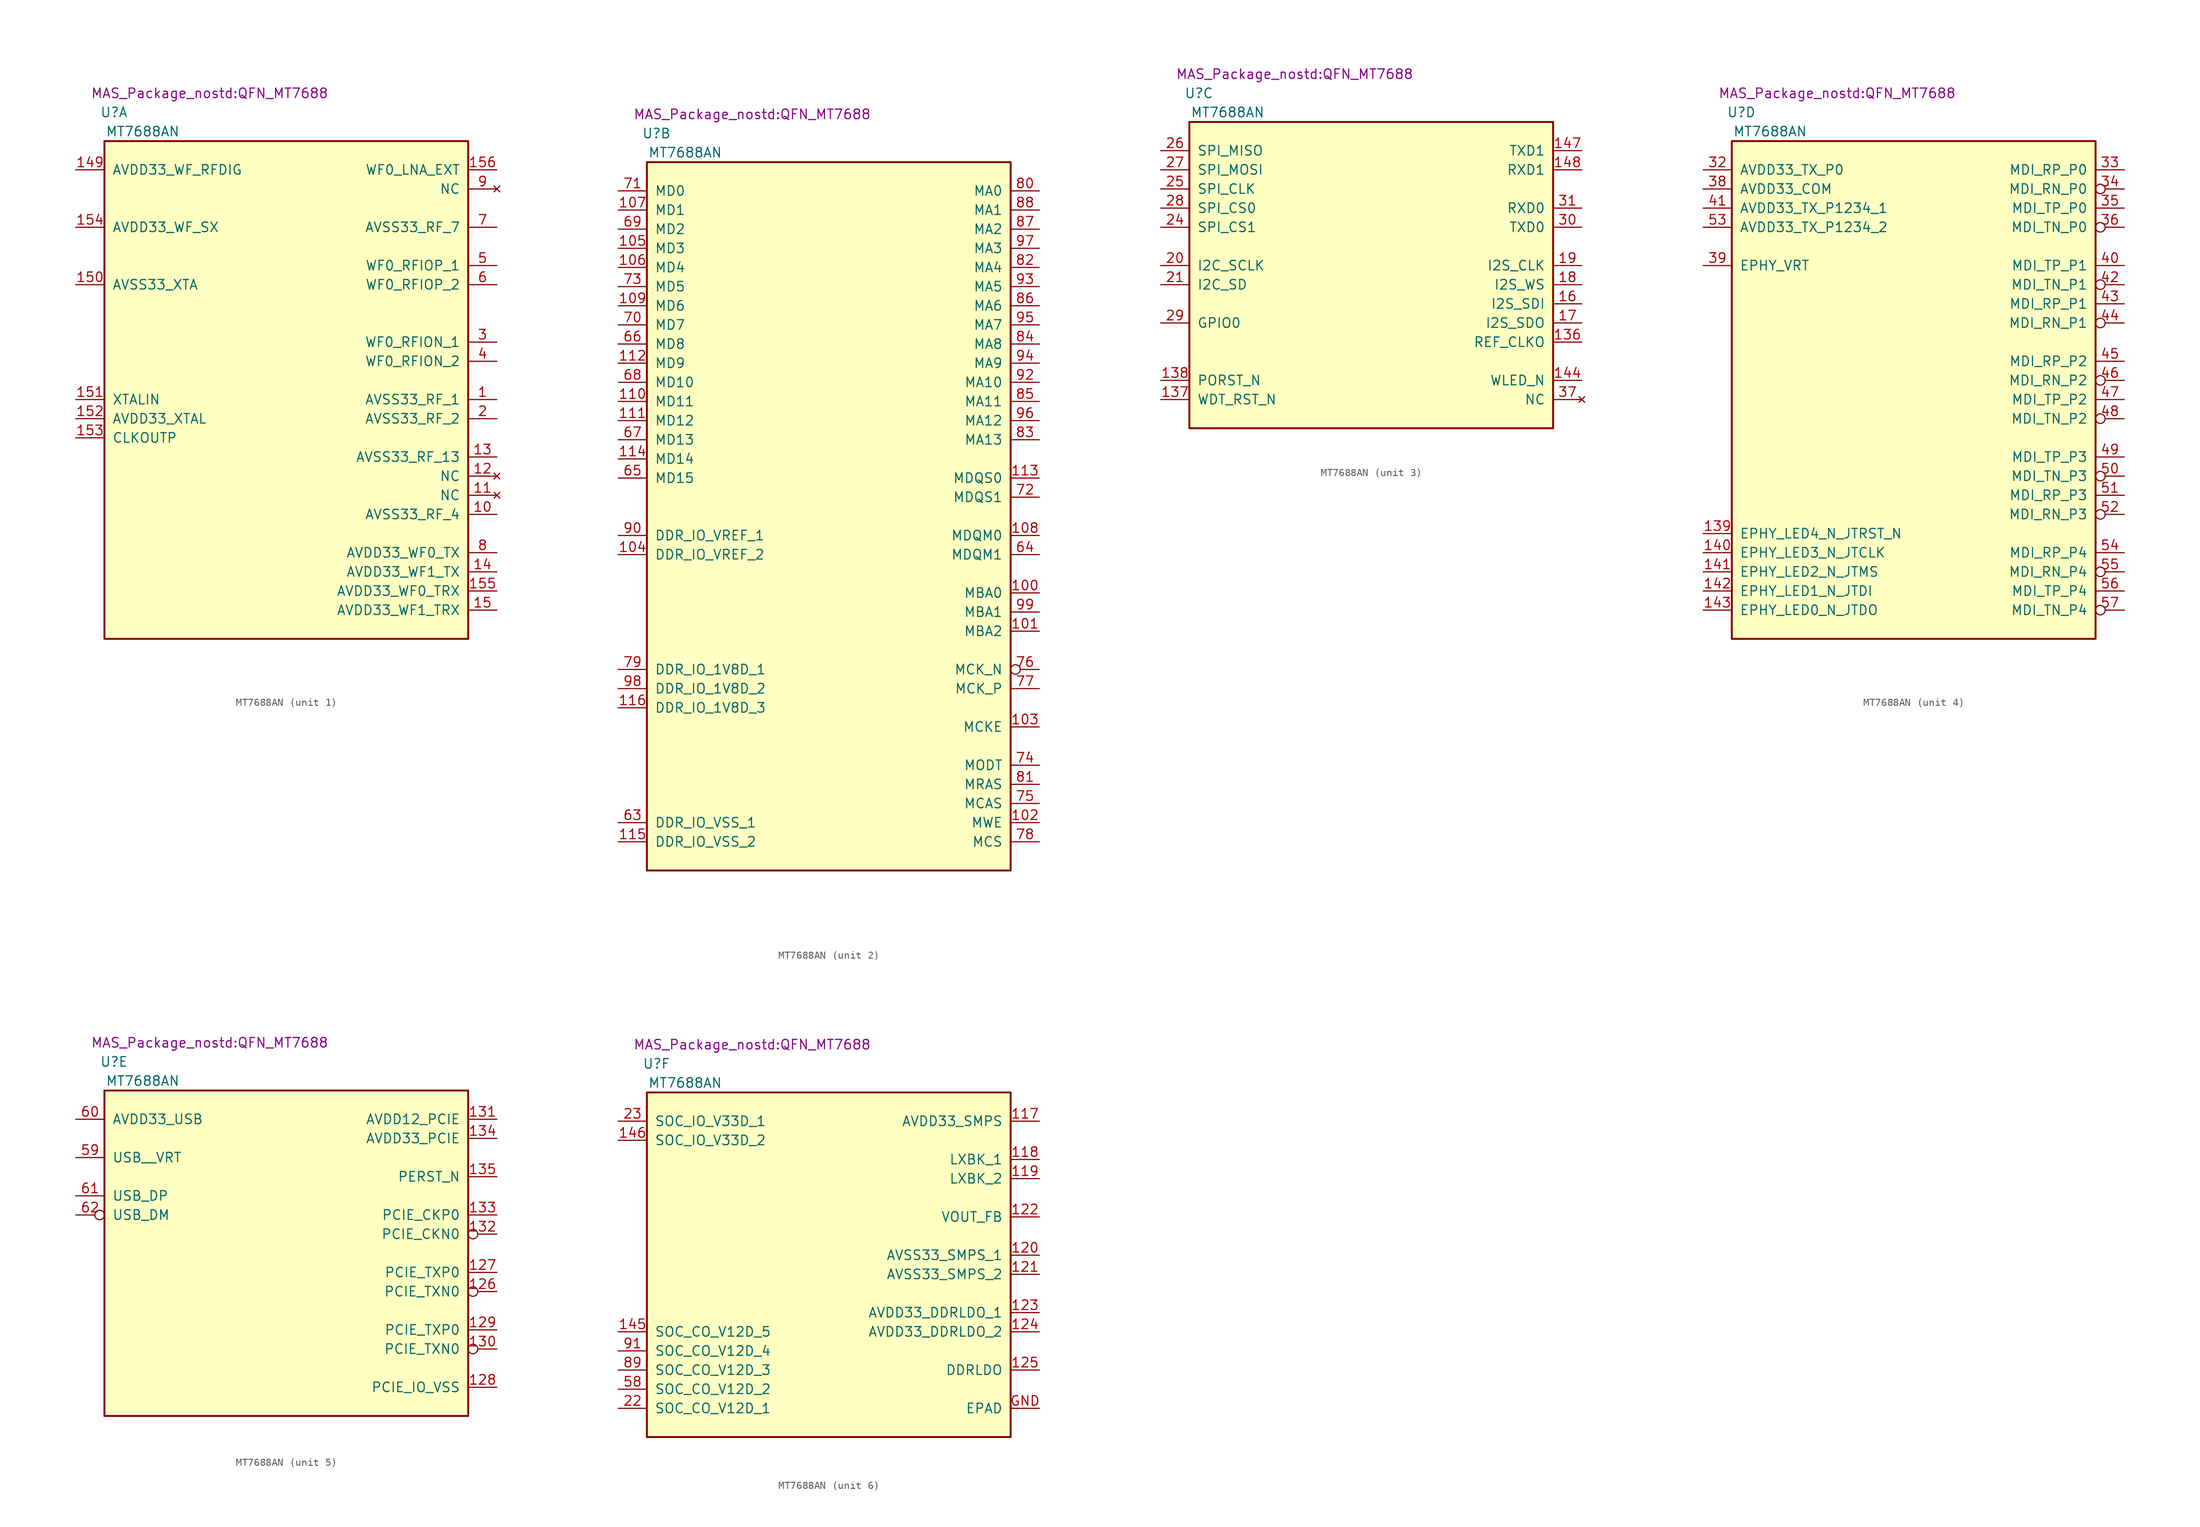
<source format=kicad_sym>
(kicad_symbol_lib
  (version 20231120)
  (generator "kicad_symbol_editor")
  (generator_version "8.0")
  (symbol "MT7688AN"
    (pin_names
      (offset 1.016))
    (property "Reference" "U"
      (at -22.86 36.83 0)
      (effects (font (size 1.27 1.27))))
    (property "Value" "MT7688AN"
      (at -19.05 34.29 0)
      (effects (font (size 1.27 1.27))))
    (property "Footprint" "MAS_Package_nostd:QFN_MT7688"
      (at -10.16 39.37 0)
      (effects (font (size 1.27 1.27))))
    (property "ki_locked" ""
      (at 0 0 0)
      (effects (font (size 1.27 1.27))))
    (symbol "MT7688AN_1_1"
      (rectangle (start 24.13 -33.02) (end -24.13 33.02) (stroke (width 0.254) (type default)) (fill (type background)))
      (pin power_in line (at 27.94 -1.27 180) (length 3.81) (name "AVSS33_RF_1" (effects (font (size 1.27 1.27)))) (number "1" (effects (font (size 1.27 1.27)))))
      (pin power_in line (at 27.94 -16.51 180) (length 3.81) (name "AVSS33_RF_4" (effects (font (size 1.27 1.27)))) (number "10" (effects (font (size 1.27 1.27)))))
      (pin no_connect line (at 27.94 -13.97 180) (length 3.81) (name "NC" (effects (font (size 1.27 1.27)))) (number "11" (effects (font (size 1.27 1.27)))))
      (pin no_connect line (at 27.94 -11.43 180) (length 3.81) (name "NC" (effects (font (size 1.27 1.27)))) (number "12" (effects (font (size 1.27 1.27)))))
      (pin power_in line (at 27.94 -8.89 180) (length 3.81) (name "AVSS33_RF_13" (effects (font (size 1.27 1.27)))) (number "13" (effects (font (size 1.27 1.27)))))
      (pin power_in line (at 27.94 -24.13 180) (length 3.81) (name "AVDD33_WF1_TX" (effects (font (size 1.27 1.27)))) (number "14" (effects (font (size 1.27 1.27)))))
      (pin power_in line (at -27.94 29.21 0) (length 3.81) (name "AVDD33_WF_RFDIG" (effects (font (size 1.27 1.27)))) (number "149" (effects (font (size 1.27 1.27)))))
      (pin power_in line (at 27.94 -29.21 180) (length 3.81) (name "AVDD33_WF1_TRX" (effects (font (size 1.27 1.27)))) (number "15" (effects (font (size 1.27 1.27)))))
      (pin power_in line (at -27.94 13.97 0) (length 3.81) (name "AVSS33_XTA" (effects (font (size 1.27 1.27)))) (number "150" (effects (font (size 1.27 1.27)))))
      (pin input line (at -27.94 -1.27 0) (length 3.81) (name "XTALIN" (effects (font (size 1.27 1.27)))) (number "151" (effects (font (size 1.27 1.27)))))
      (pin power_in line (at -27.94 -3.81 0) (length 3.81) (name "AVDD33_XTAL" (effects (font (size 1.27 1.27)))) (number "152" (effects (font (size 1.27 1.27)))))
      (pin output line (at -27.94 -6.35 0) (length 3.81) (name "CLKOUTP" (effects (font (size 1.27 1.27)))) (number "153" (effects (font (size 1.27 1.27)))))
      (pin power_in line (at -27.94 21.59 0) (length 3.81) (name "AVDD33_WF_SX" (effects (font (size 1.27 1.27)))) (number "154" (effects (font (size 1.27 1.27)))))
      (pin power_in line (at 27.94 -26.67 180) (length 3.81) (name "AVDD33_WF0_TRX" (effects (font (size 1.27 1.27)))) (number "155" (effects (font (size 1.27 1.27)))))
      (pin passive line (at 27.94 29.21 180) (length 3.81) (name "WF0_LNA_EXT" (effects (font (size 1.27 1.27)))) (number "156" (effects (font (size 1.27 1.27)))))
      (pin power_in line (at 27.94 -3.81 180) (length 3.81) (name "AVSS33_RF_2" (effects (font (size 1.27 1.27)))) (number "2" (effects (font (size 1.27 1.27)))))
      (pin passive line (at 27.94 6.35 180) (length 3.81) (name "WF0_RFION_1" (effects (font (size 1.27 1.27)))) (number "3" (effects (font (size 1.27 1.27)))))
      (pin passive line (at 27.94 3.81 180) (length 3.81) (name "WF0_RFION_2" (effects (font (size 1.27 1.27)))) (number "4" (effects (font (size 1.27 1.27)))))
      (pin passive line (at 27.94 16.51 180) (length 3.81) (name "WF0_RFIOP_1" (effects (font (size 1.27 1.27)))) (number "5" (effects (font (size 1.27 1.27)))))
      (pin passive line (at 27.94 13.97 180) (length 3.81) (name "WF0_RFIOP_2" (effects (font (size 1.27 1.27)))) (number "6" (effects (font (size 1.27 1.27)))))
      (pin power_in line (at 27.94 21.59 180) (length 3.81) (name "AVSS33_RF_7" (effects (font (size 1.27 1.27)))) (number "7" (effects (font (size 1.27 1.27)))))
      (pin power_in line (at 27.94 -21.59 180) (length 3.81) (name "AVDD33_WF0_TX" (effects (font (size 1.27 1.27)))) (number "8" (effects (font (size 1.27 1.27)))))
      (pin no_connect line (at 27.94 26.67 180) (length 3.81) (name "NC" (effects (font (size 1.27 1.27)))) (number "9" (effects (font (size 1.27 1.27))))))
    (symbol "MT7688AN_2_1"
      (rectangle (start 24.13 -60.96) (end -24.13 33.02) (stroke (width 0.254) (type default)) (fill (type background)))
      (pin output line (at 27.94 -24.13 180) (length 3.81) (name "MBA0" (effects (font (size 1.27 1.27)))) (number "100" (effects (font (size 1.27 1.27)))))
      (pin output line (at 27.94 -29.21 180) (length 3.81) (name "MBA2" (effects (font (size 1.27 1.27)))) (number "101" (effects (font (size 1.27 1.27)))))
      (pin output line (at 27.94 -54.61 180) (length 3.81) (name "MWE" (effects (font (size 1.27 1.27)))) (number "102" (effects (font (size 1.27 1.27)))))
      (pin output line (at 27.94 -41.91 180) (length 3.81) (name "MCKE" (effects (font (size 1.27 1.27)))) (number "103" (effects (font (size 1.27 1.27)))))
      (pin passive line (at -27.94 -19.05 0) (length 3.81) (name "DDR_IO_VREF_2" (effects (font (size 1.27 1.27)))) (number "104" (effects (font (size 1.27 1.27)))))
      (pin bidirectional line (at -27.94 21.59 0) (length 3.81) (name "MD3" (effects (font (size 1.27 1.27)))) (number "105" (effects (font (size 1.27 1.27)))))
      (pin bidirectional line (at -27.94 19.05 0) (length 3.81) (name "MD4" (effects (font (size 1.27 1.27)))) (number "106" (effects (font (size 1.27 1.27)))))
      (pin bidirectional line (at -27.94 26.67 0) (length 3.81) (name "MD1" (effects (font (size 1.27 1.27)))) (number "107" (effects (font (size 1.27 1.27)))))
      (pin output line (at 27.94 -16.51 180) (length 3.81) (name "MDQM0" (effects (font (size 1.27 1.27)))) (number "108" (effects (font (size 1.27 1.27)))))
      (pin bidirectional line (at -27.94 13.97 0) (length 3.81) (name "MD6" (effects (font (size 1.27 1.27)))) (number "109" (effects (font (size 1.27 1.27)))))
      (pin bidirectional line (at -27.94 1.27 0) (length 3.81) (name "MD11" (effects (font (size 1.27 1.27)))) (number "110" (effects (font (size 1.27 1.27)))))
      (pin bidirectional line (at -27.94 -1.27 0) (length 3.81) (name "MD12" (effects (font (size 1.27 1.27)))) (number "111" (effects (font (size 1.27 1.27)))))
      (pin bidirectional line (at -27.94 6.35 0) (length 3.81) (name "MD9" (effects (font (size 1.27 1.27)))) (number "112" (effects (font (size 1.27 1.27)))))
      (pin bidirectional line (at 27.94 -8.89 180) (length 3.81) (name "MDQS0" (effects (font (size 1.27 1.27)))) (number "113" (effects (font (size 1.27 1.27)))))
      (pin bidirectional line (at -27.94 -6.35 0) (length 3.81) (name "MD14" (effects (font (size 1.27 1.27)))) (number "114" (effects (font (size 1.27 1.27)))))
      (pin power_in line (at -27.94 -57.15 0) (length 3.81) (name "DDR_IO_VSS_2" (effects (font (size 1.27 1.27)))) (number "115" (effects (font (size 1.27 1.27)))))
      (pin power_in line (at -27.94 -39.37 0) (length 3.81) (name "DDR_IO_1V8D_3" (effects (font (size 1.27 1.27)))) (number "116" (effects (font (size 1.27 1.27)))))
      (pin power_in line (at -27.94 -54.61 0) (length 3.81) (name "DDR_IO_VSS_1" (effects (font (size 1.27 1.27)))) (number "63" (effects (font (size 1.27 1.27)))))
      (pin output line (at 27.94 -19.05 180) (length 3.81) (name "MDQM1" (effects (font (size 1.27 1.27)))) (number "64" (effects (font (size 1.27 1.27)))))
      (pin bidirectional line (at -27.94 -8.89 0) (length 3.81) (name "MD15" (effects (font (size 1.27 1.27)))) (number "65" (effects (font (size 1.27 1.27)))))
      (pin bidirectional line (at -27.94 8.89 0) (length 3.81) (name "MD8" (effects (font (size 1.27 1.27)))) (number "66" (effects (font (size 1.27 1.27)))))
      (pin bidirectional line (at -27.94 -3.81 0) (length 3.81) (name "MD13" (effects (font (size 1.27 1.27)))) (number "67" (effects (font (size 1.27 1.27)))))
      (pin bidirectional line (at -27.94 3.81 0) (length 3.81) (name "MD10" (effects (font (size 1.27 1.27)))) (number "68" (effects (font (size 1.27 1.27)))))
      (pin bidirectional line (at -27.94 24.13 0) (length 3.81) (name "MD2" (effects (font (size 1.27 1.27)))) (number "69" (effects (font (size 1.27 1.27)))))
      (pin bidirectional line (at -27.94 11.43 0) (length 3.81) (name "MD7" (effects (font (size 1.27 1.27)))) (number "70" (effects (font (size 1.27 1.27)))))
      (pin bidirectional line (at -27.94 29.21 0) (length 3.81) (name "MD0" (effects (font (size 1.27 1.27)))) (number "71" (effects (font (size 1.27 1.27)))))
      (pin bidirectional line (at 27.94 -11.43 180) (length 3.81) (name "MDQS1" (effects (font (size 1.27 1.27)))) (number "72" (effects (font (size 1.27 1.27)))))
      (pin bidirectional line (at -27.94 16.51 0) (length 3.81) (name "MD5" (effects (font (size 1.27 1.27)))) (number "73" (effects (font (size 1.27 1.27)))))
      (pin output line (at 27.94 -46.99 180) (length 3.81) (name "MODT" (effects (font (size 1.27 1.27)))) (number "74" (effects (font (size 1.27 1.27)))))
      (pin output line (at 27.94 -52.07 180) (length 3.81) (name "MCAS" (effects (font (size 1.27 1.27)))) (number "75" (effects (font (size 1.27 1.27)))))
      (pin output inverted (at 27.94 -34.29 180) (length 3.81) (name "MCK_N" (effects (font (size 1.27 1.27)))) (number "76" (effects (font (size 1.27 1.27)))))
      (pin output line (at 27.94 -36.83 180) (length 3.81) (name "MCK_P" (effects (font (size 1.27 1.27)))) (number "77" (effects (font (size 1.27 1.27)))))
      (pin output line (at 27.94 -57.15 180) (length 3.81) (name "MCS" (effects (font (size 1.27 1.27)))) (number "78" (effects (font (size 1.27 1.27)))))
      (pin power_in line (at -27.94 -34.29 0) (length 3.81) (name "DDR_IO_1V8D_1" (effects (font (size 1.27 1.27)))) (number "79" (effects (font (size 1.27 1.27)))))
      (pin output line (at 27.94 29.21 180) (length 3.81) (name "MA0" (effects (font (size 1.27 1.27)))) (number "80" (effects (font (size 1.27 1.27)))))
      (pin output line (at 27.94 -49.53 180) (length 3.81) (name "MRAS" (effects (font (size 1.27 1.27)))) (number "81" (effects (font (size 1.27 1.27)))))
      (pin output line (at 27.94 19.05 180) (length 3.81) (name "MA4" (effects (font (size 1.27 1.27)))) (number "82" (effects (font (size 1.27 1.27)))))
      (pin output line (at 27.94 -3.81 180) (length 3.81) (name "MA13" (effects (font (size 1.27 1.27)))) (number "83" (effects (font (size 1.27 1.27)))))
      (pin output line (at 27.94 8.89 180) (length 3.81) (name "MA8" (effects (font (size 1.27 1.27)))) (number "84" (effects (font (size 1.27 1.27)))))
      (pin output line (at 27.94 1.27 180) (length 3.81) (name "MA11" (effects (font (size 1.27 1.27)))) (number "85" (effects (font (size 1.27 1.27)))))
      (pin output line (at 27.94 13.97 180) (length 3.81) (name "MA6" (effects (font (size 1.27 1.27)))) (number "86" (effects (font (size 1.27 1.27)))))
      (pin output line (at 27.94 24.13 180) (length 3.81) (name "MA2" (effects (font (size 1.27 1.27)))) (number "87" (effects (font (size 1.27 1.27)))))
      (pin output line (at 27.94 26.67 180) (length 3.81) (name "MA1" (effects (font (size 1.27 1.27)))) (number "88" (effects (font (size 1.27 1.27)))))
      (pin passive line (at -27.94 -16.51 0) (length 3.81) (name "DDR_IO_VREF_1" (effects (font (size 1.27 1.27)))) (number "90" (effects (font (size 1.27 1.27)))))
      (pin output line (at 27.94 3.81 180) (length 3.81) (name "MA10" (effects (font (size 1.27 1.27)))) (number "92" (effects (font (size 1.27 1.27)))))
      (pin output line (at 27.94 16.51 180) (length 3.81) (name "MA5" (effects (font (size 1.27 1.27)))) (number "93" (effects (font (size 1.27 1.27)))))
      (pin output line (at 27.94 6.35 180) (length 3.81) (name "MA9" (effects (font (size 1.27 1.27)))) (number "94" (effects (font (size 1.27 1.27)))))
      (pin output line (at 27.94 11.43 180) (length 3.81) (name "MA7" (effects (font (size 1.27 1.27)))) (number "95" (effects (font (size 1.27 1.27)))))
      (pin output line (at 27.94 -1.27 180) (length 3.81) (name "MA12" (effects (font (size 1.27 1.27)))) (number "96" (effects (font (size 1.27 1.27)))))
      (pin output line (at 27.94 21.59 180) (length 3.81) (name "MA3" (effects (font (size 1.27 1.27)))) (number "97" (effects (font (size 1.27 1.27)))))
      (pin power_in line (at -27.94 -36.83 0) (length 3.81) (name "DDR_IO_1V8D_2" (effects (font (size 1.27 1.27)))) (number "98" (effects (font (size 1.27 1.27)))))
      (pin output line (at 27.94 -26.67 180) (length 3.81) (name "MBA1" (effects (font (size 1.27 1.27)))) (number "99" (effects (font (size 1.27 1.27))))))
    (symbol "MT7688AN_3_1"
      (rectangle (start 24.13 -7.62) (end -24.13 33.02) (stroke (width 0.254) (type default)) (fill (type background)))
      (pin output line (at 27.94 3.81 180) (length 3.81) (name "REF_CLKO" (effects (font (size 1.27 1.27)))) (number "136" (effects (font (size 1.27 1.27)))))
      (pin output line (at -27.94 -3.81 0) (length 3.81) (name "WDT_RST_N" (effects (font (size 1.27 1.27)))) (number "137" (effects (font (size 1.27 1.27)))))
      (pin input line (at -27.94 -1.27 0) (length 3.81) (name "PORST_N" (effects (font (size 1.27 1.27)))) (number "138" (effects (font (size 1.27 1.27)))))
      (pin output line (at 27.94 -1.27 180) (length 3.81) (name "WLED_N" (effects (font (size 1.27 1.27)))) (number "144" (effects (font (size 1.27 1.27)))))
      (pin output line (at 27.94 29.21 180) (length 3.81) (name "TXD1" (effects (font (size 1.27 1.27)))) (number "147" (effects (font (size 1.27 1.27)))))
      (pin input line (at 27.94 26.67 180) (length 3.81) (name "RXD1" (effects (font (size 1.27 1.27)))) (number "148" (effects (font (size 1.27 1.27)))))
      (pin output line (at 27.94 8.89 180) (length 3.81) (name "I2S_SDI" (effects (font (size 1.27 1.27)))) (number "16" (effects (font (size 1.27 1.27)))))
      (pin bidirectional line (at 27.94 6.35 180) (length 3.81) (name "I2S_SDO" (effects (font (size 1.27 1.27)))) (number "17" (effects (font (size 1.27 1.27)))))
      (pin output line (at 27.94 11.43 180) (length 3.81) (name "I2S_WS" (effects (font (size 1.27 1.27)))) (number "18" (effects (font (size 1.27 1.27)))))
      (pin bidirectional line (at 27.94 13.97 180) (length 3.81) (name "I2S_CLK" (effects (font (size 1.27 1.27)))) (number "19" (effects (font (size 1.27 1.27)))))
      (pin bidirectional line (at -27.94 13.97 0) (length 3.81) (name "I2C_SCLK" (effects (font (size 1.27 1.27)))) (number "20" (effects (font (size 1.27 1.27)))))
      (pin bidirectional line (at -27.94 11.43 0) (length 3.81) (name "I2C_SD" (effects (font (size 1.27 1.27)))) (number "21" (effects (font (size 1.27 1.27)))))
      (pin output line (at -27.94 19.05 0) (length 3.81) (name "SPI_CS1" (effects (font (size 1.27 1.27)))) (number "24" (effects (font (size 1.27 1.27)))))
      (pin output line (at -27.94 24.13 0) (length 3.81) (name "SPI_CLK" (effects (font (size 1.27 1.27)))) (number "25" (effects (font (size 1.27 1.27)))))
      (pin bidirectional line (at -27.94 29.21 0) (length 3.81) (name "SPI_MISO" (effects (font (size 1.27 1.27)))) (number "26" (effects (font (size 1.27 1.27)))))
      (pin bidirectional line (at -27.94 26.67 0) (length 3.81) (name "SPI_MOSI" (effects (font (size 1.27 1.27)))) (number "27" (effects (font (size 1.27 1.27)))))
      (pin output line (at -27.94 21.59 0) (length 3.81) (name "SPI_CS0" (effects (font (size 1.27 1.27)))) (number "28" (effects (font (size 1.27 1.27)))))
      (pin bidirectional line (at -27.94 6.35 0) (length 3.81) (name "GPIO0" (effects (font (size 1.27 1.27)))) (number "29" (effects (font (size 1.27 1.27)))))
      (pin output line (at 27.94 19.05 180) (length 3.81) (name "TXD0" (effects (font (size 1.27 1.27)))) (number "30" (effects (font (size 1.27 1.27)))))
      (pin input line (at 27.94 21.59 180) (length 3.81) (name "RXD0" (effects (font (size 1.27 1.27)))) (number "31" (effects (font (size 1.27 1.27)))))
      (pin no_connect line (at 27.94 -3.81 180) (length 3.81) (name "NC" (effects (font (size 1.27 1.27)))) (number "37" (effects (font (size 1.27 1.27))))))
    (symbol "MT7688AN_4_1"
      (rectangle (start 24.13 -33.02) (end -24.13 33.02) (stroke (width 0.254) (type default)) (fill (type background)))
      (pin bidirectional line (at -27.94 -19.05 0) (length 3.81) (name "EPHY_LED4_N_JTRST_N" (effects (font (size 1.27 1.27)))) (number "139" (effects (font (size 1.27 1.27)))))
      (pin bidirectional line (at -27.94 -21.59 0) (length 3.81) (name "EPHY_LED3_N_JTCLK" (effects (font (size 1.27 1.27)))) (number "140" (effects (font (size 1.27 1.27)))))
      (pin bidirectional line (at -27.94 -24.13 0) (length 3.81) (name "EPHY_LED2_N_JTMS" (effects (font (size 1.27 1.27)))) (number "141" (effects (font (size 1.27 1.27)))))
      (pin bidirectional line (at -27.94 -26.67 0) (length 3.81) (name "EPHY_LED1_N_JTDI" (effects (font (size 1.27 1.27)))) (number "142" (effects (font (size 1.27 1.27)))))
      (pin bidirectional line (at -27.94 -29.21 0) (length 3.81) (name "EPHY_LED0_N_JTDO" (effects (font (size 1.27 1.27)))) (number "143" (effects (font (size 1.27 1.27)))))
      (pin power_in line (at -27.94 29.21 0) (length 3.81) (name "AVDD33_TX_P0" (effects (font (size 1.27 1.27)))) (number "32" (effects (font (size 1.27 1.27)))))
      (pin passive line (at 27.94 29.21 180) (length 3.81) (name "MDI_RP_P0" (effects (font (size 1.27 1.27)))) (number "33" (effects (font (size 1.27 1.27)))))
      (pin passive inverted (at 27.94 26.67 180) (length 3.81) (name "MDI_RN_P0" (effects (font (size 1.27 1.27)))) (number "34" (effects (font (size 1.27 1.27)))))
      (pin passive line (at 27.94 24.13 180) (length 3.81) (name "MDI_TP_P0" (effects (font (size 1.27 1.27)))) (number "35" (effects (font (size 1.27 1.27)))))
      (pin passive inverted (at 27.94 21.59 180) (length 3.81) (name "MDI_TN_P0" (effects (font (size 1.27 1.27)))) (number "36" (effects (font (size 1.27 1.27)))))
      (pin power_in line (at -27.94 26.67 0) (length 3.81) (name "AVDD33_COM" (effects (font (size 1.27 1.27)))) (number "38" (effects (font (size 1.27 1.27)))))
      (pin passive line (at -27.94 16.51 0) (length 3.81) (name "EPHY_VRT" (effects (font (size 1.27 1.27)))) (number "39" (effects (font (size 1.27 1.27)))))
      (pin passive line (at 27.94 16.51 180) (length 3.81) (name "MDI_TP_P1" (effects (font (size 1.27 1.27)))) (number "40" (effects (font (size 1.27 1.27)))))
      (pin power_in line (at -27.94 24.13 0) (length 3.81) (name "AVDD33_TX_P1234_1" (effects (font (size 1.27 1.27)))) (number "41" (effects (font (size 1.27 1.27)))))
      (pin passive inverted (at 27.94 13.97 180) (length 3.81) (name "MDI_TN_P1" (effects (font (size 1.27 1.27)))) (number "42" (effects (font (size 1.27 1.27)))))
      (pin passive line (at 27.94 11.43 180) (length 3.81) (name "MDI_RP_P1" (effects (font (size 1.27 1.27)))) (number "43" (effects (font (size 1.27 1.27)))))
      (pin passive inverted (at 27.94 8.89 180) (length 3.81) (name "MDI_RN_P1" (effects (font (size 1.27 1.27)))) (number "44" (effects (font (size 1.27 1.27)))))
      (pin passive line (at 27.94 3.81 180) (length 3.81) (name "MDI_RP_P2" (effects (font (size 1.27 1.27)))) (number "45" (effects (font (size 1.27 1.27)))))
      (pin passive inverted (at 27.94 1.27 180) (length 3.81) (name "MDI_RN_P2" (effects (font (size 1.27 1.27)))) (number "46" (effects (font (size 1.27 1.27)))))
      (pin passive line (at 27.94 -1.27 180) (length 3.81) (name "MDI_TP_P2" (effects (font (size 1.27 1.27)))) (number "47" (effects (font (size 1.27 1.27)))))
      (pin passive inverted (at 27.94 -3.81 180) (length 3.81) (name "MDI_TN_P2" (effects (font (size 1.27 1.27)))) (number "48" (effects (font (size 1.27 1.27)))))
      (pin passive line (at 27.94 -8.89 180) (length 3.81) (name "MDI_TP_P3" (effects (font (size 1.27 1.27)))) (number "49" (effects (font (size 1.27 1.27)))))
      (pin passive inverted (at 27.94 -11.43 180) (length 3.81) (name "MDI_TN_P3" (effects (font (size 1.27 1.27)))) (number "50" (effects (font (size 1.27 1.27)))))
      (pin passive line (at 27.94 -13.97 180) (length 3.81) (name "MDI_RP_P3" (effects (font (size 1.27 1.27)))) (number "51" (effects (font (size 1.27 1.27)))))
      (pin passive inverted (at 27.94 -16.51 180) (length 3.81) (name "MDI_RN_P3" (effects (font (size 1.27 1.27)))) (number "52" (effects (font (size 1.27 1.27)))))
      (pin power_in line (at -27.94 21.59 0) (length 3.81) (name "AVDD33_TX_P1234_2" (effects (font (size 1.27 1.27)))) (number "53" (effects (font (size 1.27 1.27)))))
      (pin passive line (at 27.94 -21.59 180) (length 3.81) (name "MDI_RP_P4" (effects (font (size 1.27 1.27)))) (number "54" (effects (font (size 1.27 1.27)))))
      (pin passive inverted (at 27.94 -24.13 180) (length 3.81) (name "MDI_RN_P4" (effects (font (size 1.27 1.27)))) (number "55" (effects (font (size 1.27 1.27)))))
      (pin passive line (at 27.94 -26.67 180) (length 3.81) (name "MDI_TP_P4" (effects (font (size 1.27 1.27)))) (number "56" (effects (font (size 1.27 1.27)))))
      (pin passive inverted (at 27.94 -29.21 180) (length 3.81) (name "MDI_TN_P4" (effects (font (size 1.27 1.27)))) (number "57" (effects (font (size 1.27 1.27))))))
    (symbol "MT7688AN_5_1"
      (rectangle (start 24.13 -10.16) (end -24.13 33.02) (stroke (width 0.254) (type default)) (fill (type background)))
      (pin bidirectional inverted (at 27.94 6.35 180) (length 3.81) (name "PCIE_TXN0" (effects (font (size 1.27 1.27)))) (number "126" (effects (font (size 1.27 1.27)))))
      (pin bidirectional line (at 27.94 8.89 180) (length 3.81) (name "PCIE_TXP0" (effects (font (size 1.27 1.27)))) (number "127" (effects (font (size 1.27 1.27)))))
      (pin power_in line (at 27.94 -6.35 180) (length 3.81) (name "PCIE_IO_VSS" (effects (font (size 1.27 1.27)))) (number "128" (effects (font (size 1.27 1.27)))))
      (pin bidirectional line (at 27.94 1.27 180) (length 3.81) (name "PCIE_TXP0" (effects (font (size 1.27 1.27)))) (number "129" (effects (font (size 1.27 1.27)))))
      (pin bidirectional inverted (at 27.94 -1.27 180) (length 3.81) (name "PCIE_TXN0" (effects (font (size 1.27 1.27)))) (number "130" (effects (font (size 1.27 1.27)))))
      (pin unspecified line (at 27.94 29.21 180) (length 3.81) (name "AVDD12_PCIE" (effects (font (size 1.27 1.27)))) (number "131" (effects (font (size 1.27 1.27)))))
      (pin bidirectional inverted (at 27.94 13.97 180) (length 3.81) (name "PCIE_CKN0" (effects (font (size 1.27 1.27)))) (number "132" (effects (font (size 1.27 1.27)))))
      (pin bidirectional line (at 27.94 16.51 180) (length 3.81) (name "PCIE_CKP0" (effects (font (size 1.27 1.27)))) (number "133" (effects (font (size 1.27 1.27)))))
      (pin power_in line (at 27.94 26.67 180) (length 3.81) (name "AVDD33_PCIE" (effects (font (size 1.27 1.27)))) (number "134" (effects (font (size 1.27 1.27)))))
      (pin output line (at 27.94 21.59 180) (length 3.81) (name "PERST_N" (effects (font (size 1.27 1.27)))) (number "135" (effects (font (size 1.27 1.27)))))
      (pin bidirectional line (at -27.94 24.13 0) (length 3.81) (name "USB__VRT" (effects (font (size 1.27 1.27)))) (number "59" (effects (font (size 1.27 1.27)))))
      (pin power_in line (at -27.94 29.21 0) (length 3.81) (name "AVDD33_USB" (effects (font (size 1.27 1.27)))) (number "60" (effects (font (size 1.27 1.27)))))
      (pin bidirectional line (at -27.94 19.05 0) (length 3.81) (name "USB_DP" (effects (font (size 1.27 1.27)))) (number "61" (effects (font (size 1.27 1.27)))))
      (pin bidirectional inverted (at -27.94 16.51 0) (length 3.81) (name "USB_DM" (effects (font (size 1.27 1.27)))) (number "62" (effects (font (size 1.27 1.27))))))
    (symbol "MT7688AN_6_1"
      (rectangle (start 24.13 -12.7) (end -24.13 33.02) (stroke (width 0.254) (type default)) (fill (type background)))
      (pin power_in line (at 27.94 29.21 180) (length 3.81) (name "AVDD33_SMPS" (effects (font (size 1.27 1.27)))) (number "117" (effects (font (size 1.27 1.27)))))
      (pin output line (at 27.94 24.13 180) (length 3.81) (name "LXBK_1" (effects (font (size 1.27 1.27)))) (number "118" (effects (font (size 1.27 1.27)))))
      (pin output line (at 27.94 21.59 180) (length 3.81) (name "LXBK_2" (effects (font (size 1.27 1.27)))) (number "119" (effects (font (size 1.27 1.27)))))
      (pin power_in line (at 27.94 11.43 180) (length 3.81) (name "AVSS33_SMPS_1" (effects (font (size 1.27 1.27)))) (number "120" (effects (font (size 1.27 1.27)))))
      (pin power_in line (at 27.94 8.89 180) (length 3.81) (name "AVSS33_SMPS_2" (effects (font (size 1.27 1.27)))) (number "121" (effects (font (size 1.27 1.27)))))
      (pin passive line (at 27.94 16.51 180) (length 3.81) (name "VOUT_FB" (effects (font (size 1.27 1.27)))) (number "122" (effects (font (size 1.27 1.27)))))
      (pin power_in line (at 27.94 3.81 180) (length 3.81) (name "AVDD33_DDRLDO_1" (effects (font (size 1.27 1.27)))) (number "123" (effects (font (size 1.27 1.27)))))
      (pin power_in line (at 27.94 1.27 180) (length 3.81) (name "AVDD33_DDRLDO_2" (effects (font (size 1.27 1.27)))) (number "124" (effects (font (size 1.27 1.27)))))
      (pin output line (at 27.94 -3.81 180) (length 3.81) (name "DDRLDO" (effects (font (size 1.27 1.27)))) (number "125" (effects (font (size 1.27 1.27)))))
      (pin power_in line (at -27.94 1.27 0) (length 3.81) (name "SOC_CO_V12D_5" (effects (font (size 1.27 1.27)))) (number "145" (effects (font (size 1.27 1.27)))))
      (pin power_in line (at -27.94 26.67 0) (length 3.81) (name "SOC_IO_V33D_2" (effects (font (size 1.27 1.27)))) (number "146" (effects (font (size 1.27 1.27)))))
      (pin power_in line (at -27.94 -8.89 0) (length 3.81) (name "SOC_CO_V12D_1" (effects (font (size 1.27 1.27)))) (number "22" (effects (font (size 1.27 1.27)))))
      (pin power_in line (at -27.94 29.21 0) (length 3.81) (name "SOC_IO_V33D_1" (effects (font (size 1.27 1.27)))) (number "23" (effects (font (size 1.27 1.27)))))
      (pin power_in line (at -27.94 -6.35 0) (length 3.81) (name "SOC_CO_V12D_2" (effects (font (size 1.27 1.27)))) (number "58" (effects (font (size 1.27 1.27)))))
      (pin power_in line (at -27.94 -3.81 0) (length 3.81) (name "SOC_CO_V12D_3" (effects (font (size 1.27 1.27)))) (number "89" (effects (font (size 1.27 1.27)))))
      (pin power_in line (at -27.94 -1.27 0) (length 3.81) (name "SOC_CO_V12D_4" (effects (font (size 1.27 1.27)))) (number "91" (effects (font (size 1.27 1.27)))))
      (pin power_in line (at 27.94 -8.89 180) (length 3.81) (name "EPAD" (effects (font (size 1.27 1.27)))) (number "GND" (effects (font (size 1.27 1.27))))))))
</source>
